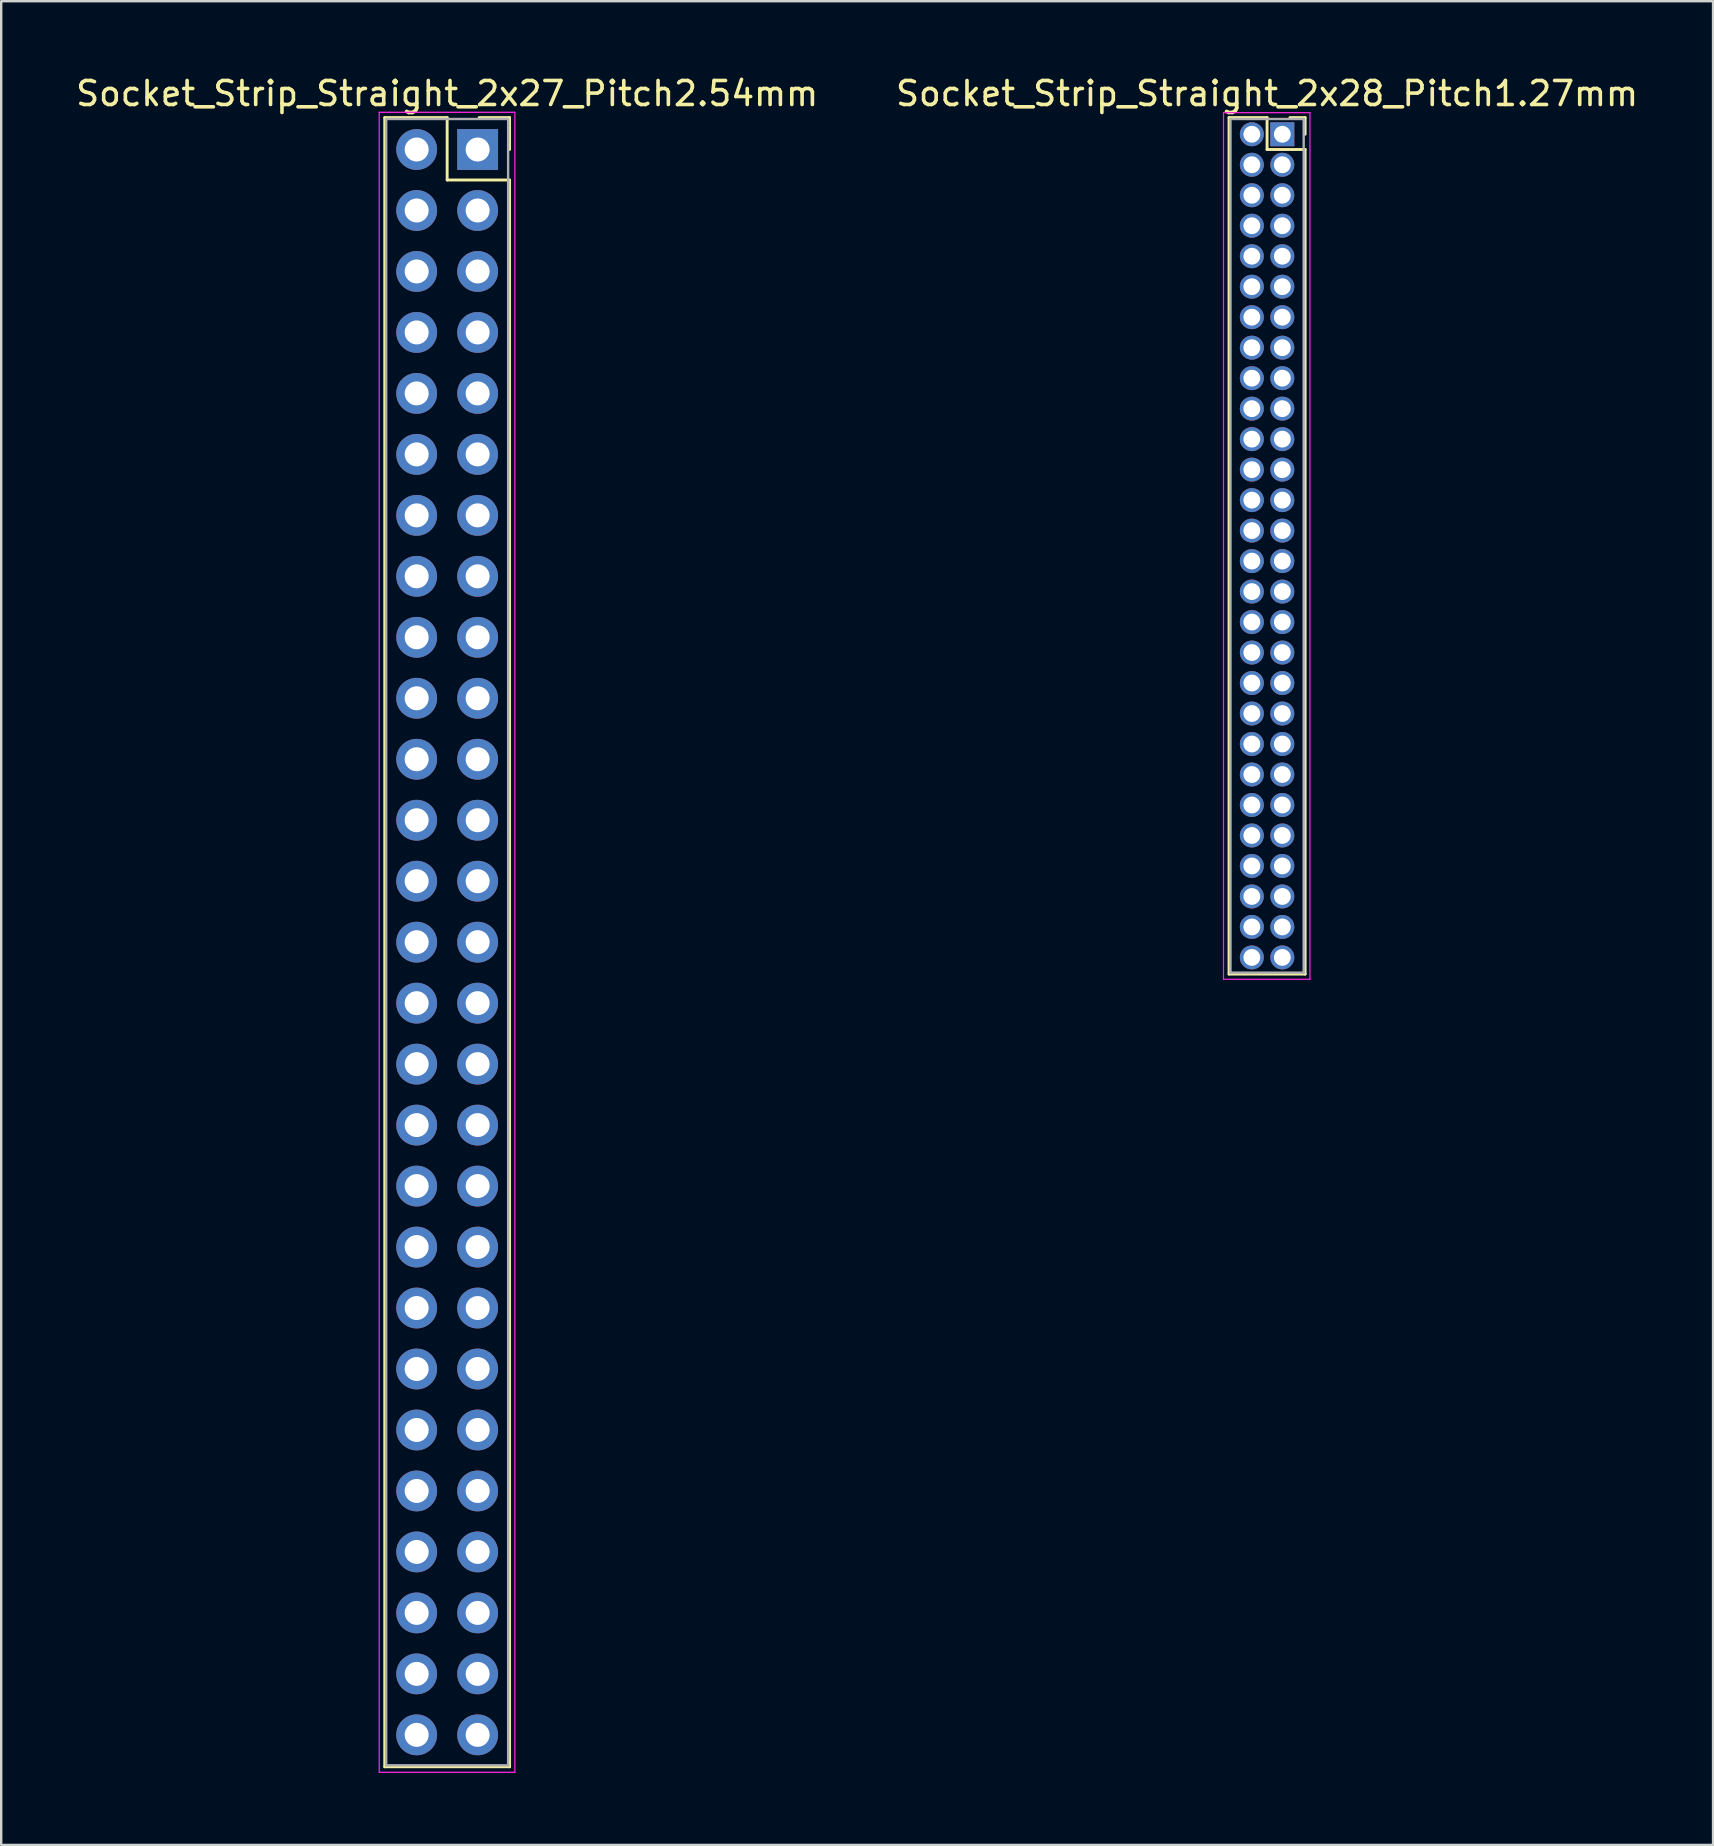
<source format=kicad_pcb>
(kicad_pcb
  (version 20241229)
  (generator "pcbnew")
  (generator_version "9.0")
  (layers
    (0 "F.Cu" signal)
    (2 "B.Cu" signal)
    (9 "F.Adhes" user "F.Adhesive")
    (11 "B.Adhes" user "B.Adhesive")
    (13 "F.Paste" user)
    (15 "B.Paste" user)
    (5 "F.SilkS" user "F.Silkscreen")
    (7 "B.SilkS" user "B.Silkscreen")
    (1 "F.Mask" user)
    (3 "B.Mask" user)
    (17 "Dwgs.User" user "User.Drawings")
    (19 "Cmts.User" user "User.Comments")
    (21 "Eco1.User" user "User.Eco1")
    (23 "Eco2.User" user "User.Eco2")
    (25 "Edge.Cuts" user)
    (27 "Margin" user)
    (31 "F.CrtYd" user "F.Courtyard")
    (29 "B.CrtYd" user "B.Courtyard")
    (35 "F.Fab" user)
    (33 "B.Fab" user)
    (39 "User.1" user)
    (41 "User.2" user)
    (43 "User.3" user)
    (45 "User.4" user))
  (footprint "Socket_Strip_Straight_2x27_Pitch2.54mm"
    (layer "F.Cu")
    (at 16.847 3.178)
    (property "Reference" "Socket_Strip_Straight_2x27_Pitch2.54mm" (at -1.27 -2.33 0) (layer "F.SilkS") (effects (font (size 1 1) (thickness 0.15))))
    (attr through_hole)
    (fp_line (start -3.87 -1.33) (end -1.27 -1.33) (stroke (width 0.12) (type solid)) (layer "F.SilkS"))
    (fp_line (start -3.87 67.37) (end -3.87 -1.33) (stroke (width 0.12) (type solid)) (layer "F.SilkS"))
    (fp_line (start -1.27 -1.33) (end -1.27 1.27) (stroke (width 0.12) (type solid)) (layer "F.SilkS"))
    (fp_line (start -1.27 1.27) (end 1.33 1.27) (stroke (width 0.12) (type solid)) (layer "F.SilkS"))
    (fp_line (start 1.33 -1.33) (end 0.06 -1.33) (stroke (width 0.12) (type solid)) (layer "F.SilkS"))
    (fp_line (start 1.33 0) (end 1.33 -1.33) (stroke (width 0.12) (type solid)) (layer "F.SilkS"))
    (fp_line (start 1.33 1.27) (end 1.33 67.37) (stroke (width 0.12) (type solid)) (layer "F.SilkS"))
    (fp_line (start 1.33 67.37) (end -3.87 67.37) (stroke (width 0.12) (type solid)) (layer "F.SilkS"))
    (fp_line (start -4.1 -1.55) (end -4.1 67.6) (stroke (width 0.05) (type solid)) (layer "F.CrtYd"))
    (fp_line (start -4.1 67.6) (end 1.55 67.6) (stroke (width 0.05) (type solid)) (layer "F.CrtYd"))
    (fp_line (start 1.55 -1.55) (end -4.1 -1.55) (stroke (width 0.05) (type solid)) (layer "F.CrtYd"))
    (fp_line (start 1.55 67.6) (end 1.55 -1.55) (stroke (width 0.05) (type solid)) (layer "F.CrtYd"))
    (fp_line (start -3.81 -1.27) (end -3.81 67.31) (stroke (width 0.1) (type solid)) (layer "F.Fab"))
    (fp_line (start -3.81 67.31) (end 1.27 67.31) (stroke (width 0.1) (type solid)) (layer "F.Fab"))
    (fp_line (start 1.27 -1.27) (end -3.81 -1.27) (stroke (width 0.1) (type solid)) (layer "F.Fab"))
    (fp_line (start 1.27 67.31) (end 1.27 -1.27) (stroke (width 0.1) (type solid)) (layer "F.Fab"))
    (pad "1" thru_hole rect (at 0 0) (size 1.7 1.7) (drill 1) (layers "*.Cu" "*.Mask"))
    (pad "2" thru_hole oval (at -2.54 0) (size 1.7 1.7) (drill 1) (layers "*.Cu" "*.Mask"))
    (pad "3" thru_hole oval (at 0 2.54) (size 1.7 1.7) (drill 1) (layers "*.Cu" "*.Mask"))
    (pad "4" thru_hole oval (at -2.54 2.54) (size 1.7 1.7) (drill 1) (layers "*.Cu" "*.Mask"))
    (pad "5" thru_hole oval (at 0 5.08) (size 1.7 1.7) (drill 1) (layers "*.Cu" "*.Mask"))
    (pad "6" thru_hole oval (at -2.54 5.08) (size 1.7 1.7) (drill 1) (layers "*.Cu" "*.Mask"))
    (pad "7" thru_hole oval (at 0 7.62) (size 1.7 1.7) (drill 1) (layers "*.Cu" "*.Mask"))
    (pad "8" thru_hole oval (at -2.54 7.62) (size 1.7 1.7) (drill 1) (layers "*.Cu" "*.Mask"))
    (pad "9" thru_hole oval (at 0 10.16) (size 1.7 1.7) (drill 1) (layers "*.Cu" "*.Mask"))
    (pad "10" thru_hole oval (at -2.54 10.16) (size 1.7 1.7) (drill 1) (layers "*.Cu" "*.Mask"))
    (pad "11" thru_hole oval (at 0 12.7) (size 1.7 1.7) (drill 1) (layers "*.Cu" "*.Mask"))
    (pad "12" thru_hole oval (at -2.54 12.7) (size 1.7 1.7) (drill 1) (layers "*.Cu" "*.Mask"))
    (pad "13" thru_hole oval (at 0 15.24) (size 1.7 1.7) (drill 1) (layers "*.Cu" "*.Mask"))
    (pad "14" thru_hole oval (at -2.54 15.24) (size 1.7 1.7) (drill 1) (layers "*.Cu" "*.Mask"))
    (pad "15" thru_hole oval (at 0 17.78) (size 1.7 1.7) (drill 1) (layers "*.Cu" "*.Mask"))
    (pad "16" thru_hole oval (at -2.54 17.78) (size 1.7 1.7) (drill 1) (layers "*.Cu" "*.Mask"))
    (pad "17" thru_hole oval (at 0 20.32) (size 1.7 1.7) (drill 1) (layers "*.Cu" "*.Mask"))
    (pad "18" thru_hole oval (at -2.54 20.32) (size 1.7 1.7) (drill 1) (layers "*.Cu" "*.Mask"))
    (pad "19" thru_hole oval (at 0 22.86) (size 1.7 1.7) (drill 1) (layers "*.Cu" "*.Mask"))
    (pad "20" thru_hole oval (at -2.54 22.86) (size 1.7 1.7) (drill 1) (layers "*.Cu" "*.Mask"))
    (pad "21" thru_hole oval (at 0 25.4) (size 1.7 1.7) (drill 1) (layers "*.Cu" "*.Mask"))
    (pad "22" thru_hole oval (at -2.54 25.4) (size 1.7 1.7) (drill 1) (layers "*.Cu" "*.Mask"))
    (pad "23" thru_hole oval (at 0 27.94) (size 1.7 1.7) (drill 1) (layers "*.Cu" "*.Mask"))
    (pad "24" thru_hole oval (at -2.54 27.94) (size 1.7 1.7) (drill 1) (layers "*.Cu" "*.Mask"))
    (pad "25" thru_hole oval (at 0 30.48) (size 1.7 1.7) (drill 1) (layers "*.Cu" "*.Mask"))
    (pad "26" thru_hole oval (at -2.54 30.48) (size 1.7 1.7) (drill 1) (layers "*.Cu" "*.Mask"))
    (pad "27" thru_hole oval (at 0 33.02) (size 1.7 1.7) (drill 1) (layers "*.Cu" "*.Mask"))
    (pad "28" thru_hole oval (at -2.54 33.02) (size 1.7 1.7) (drill 1) (layers "*.Cu" "*.Mask"))
    (pad "29" thru_hole oval (at 0 35.56) (size 1.7 1.7) (drill 1) (layers "*.Cu" "*.Mask"))
    (pad "30" thru_hole oval (at -2.54 35.56) (size 1.7 1.7) (drill 1) (layers "*.Cu" "*.Mask"))
    (pad "31" thru_hole oval (at 0 38.1) (size 1.7 1.7) (drill 1) (layers "*.Cu" "*.Mask"))
    (pad "32" thru_hole oval (at -2.54 38.1) (size 1.7 1.7) (drill 1) (layers "*.Cu" "*.Mask"))
    (pad "33" thru_hole oval (at 0 40.64) (size 1.7 1.7) (drill 1) (layers "*.Cu" "*.Mask"))
    (pad "34" thru_hole oval (at -2.54 40.64) (size 1.7 1.7) (drill 1) (layers "*.Cu" "*.Mask"))
    (pad "35" thru_hole oval (at 0 43.18) (size 1.7 1.7) (drill 1) (layers "*.Cu" "*.Mask"))
    (pad "36" thru_hole oval (at -2.54 43.18) (size 1.7 1.7) (drill 1) (layers "*.Cu" "*.Mask"))
    (pad "37" thru_hole oval (at 0 45.72) (size 1.7 1.7) (drill 1) (layers "*.Cu" "*.Mask"))
    (pad "38" thru_hole oval (at -2.54 45.72) (size 1.7 1.7) (drill 1) (layers "*.Cu" "*.Mask"))
    (pad "39" thru_hole oval (at 0 48.26) (size 1.7 1.7) (drill 1) (layers "*.Cu" "*.Mask"))
    (pad "40" thru_hole oval (at -2.54 48.26) (size 1.7 1.7) (drill 1) (layers "*.Cu" "*.Mask"))
    (pad "41" thru_hole oval (at 0 50.8) (size 1.7 1.7) (drill 1) (layers "*.Cu" "*.Mask"))
    (pad "42" thru_hole oval (at -2.54 50.8) (size 1.7 1.7) (drill 1) (layers "*.Cu" "*.Mask"))
    (pad "43" thru_hole oval (at 0 53.34) (size 1.7 1.7) (drill 1) (layers "*.Cu" "*.Mask"))
    (pad "44" thru_hole oval (at -2.54 53.34) (size 1.7 1.7) (drill 1) (layers "*.Cu" "*.Mask"))
    (pad "45" thru_hole oval (at 0 55.88) (size 1.7 1.7) (drill 1) (layers "*.Cu" "*.Mask"))
    (pad "46" thru_hole oval (at -2.54 55.88) (size 1.7 1.7) (drill 1) (layers "*.Cu" "*.Mask"))
    (pad "47" thru_hole oval (at 0 58.42) (size 1.7 1.7) (drill 1) (layers "*.Cu" "*.Mask"))
    (pad "48" thru_hole oval (at -2.54 58.42) (size 1.7 1.7) (drill 1) (layers "*.Cu" "*.Mask"))
    (pad "49" thru_hole oval (at 0 60.96) (size 1.7 1.7) (drill 1) (layers "*.Cu" "*.Mask"))
    (pad "50" thru_hole oval (at -2.54 60.96) (size 1.7 1.7) (drill 1) (layers "*.Cu" "*.Mask"))
    (pad "51" thru_hole oval (at 0 63.5) (size 1.7 1.7) (drill 1) (layers "*.Cu" "*.Mask"))
    (pad "52" thru_hole oval (at -2.54 63.5) (size 1.7 1.7) (drill 1) (layers "*.Cu" "*.Mask"))
    (pad "53" thru_hole oval (at 0 66.04) (size 1.7 1.7) (drill 1) (layers "*.Cu" "*.Mask"))
    (pad "54" thru_hole oval (at -2.54 66.04) (size 1.7 1.7) (drill 1) (layers "*.Cu" "*.Mask")))
  (footprint "Socket_Strip_Straight_2x28_Pitch1.27mm"
    (layer "F.Cu")
    (at 50.367 2.543)
    (property "Reference" "Socket_Strip_Straight_2x28_Pitch1.27mm" (at -0.635 -1.695 0) (layer "F.SilkS") (effects (font (size 1 1) (thickness 0.15))))
    (attr through_hole)
    (fp_line (start -2.22 -0.695) (end -0.635 -0.695) (stroke (width 0.12) (type solid)) (layer "F.SilkS"))
    (fp_line (start -2.22 34.985) (end -2.22 -0.695) (stroke (width 0.12) (type solid)) (layer "F.SilkS"))
    (fp_line (start -0.635 -0.695) (end -0.635 0.635) (stroke (width 0.12) (type solid)) (layer "F.SilkS"))
    (fp_line (start -0.635 0.635) (end 0.95 0.635) (stroke (width 0.12) (type solid)) (layer "F.SilkS"))
    (fp_line (start 0.95 -0.695) (end 0.315 -0.695) (stroke (width 0.12) (type solid)) (layer "F.SilkS"))
    (fp_line (start 0.95 0) (end 0.95 -0.695) (stroke (width 0.12) (type solid)) (layer "F.SilkS"))
    (fp_line (start 0.95 0.635) (end 0.95 34.985) (stroke (width 0.12) (type solid)) (layer "F.SilkS"))
    (fp_line (start 0.95 34.985) (end -2.22 34.985) (stroke (width 0.12) (type solid)) (layer "F.SilkS"))
    (fp_line (start -2.45 -0.9) (end -2.45 35.2) (stroke (width 0.05) (type solid)) (layer "F.CrtYd"))
    (fp_line (start -2.45 35.2) (end 1.15 35.2) (stroke (width 0.05) (type solid)) (layer "F.CrtYd"))
    (fp_line (start 1.15 -0.9) (end -2.45 -0.9) (stroke (width 0.05) (type solid)) (layer "F.CrtYd"))
    (fp_line (start 1.15 35.2) (end 1.15 -0.9) (stroke (width 0.05) (type solid)) (layer "F.CrtYd"))
    (fp_line (start -2.16 -0.635) (end -2.16 34.925) (stroke (width 0.1) (type solid)) (layer "F.Fab"))
    (fp_line (start -2.16 34.925) (end 0.89 34.925) (stroke (width 0.1) (type solid)) (layer "F.Fab"))
    (fp_line (start 0.89 -0.635) (end -2.16 -0.635) (stroke (width 0.1) (type solid)) (layer "F.Fab"))
    (fp_line (start 0.89 34.925) (end 0.89 -0.635) (stroke (width 0.1) (type solid)) (layer "F.Fab"))
    (pad "1" thru_hole rect (at 0 0) (size 1 1) (drill 0.7) (layers "*.Cu" "*.Mask"))
    (pad "2" thru_hole oval (at -1.27 0) (size 1 1) (drill 0.7) (layers "*.Cu" "*.Mask"))
    (pad "3" thru_hole oval (at 0 1.27) (size 1 1) (drill 0.7) (layers "*.Cu" "*.Mask"))
    (pad "4" thru_hole oval (at -1.27 1.27) (size 1 1) (drill 0.7) (layers "*.Cu" "*.Mask"))
    (pad "5" thru_hole oval (at 0 2.54) (size 1 1) (drill 0.7) (layers "*.Cu" "*.Mask"))
    (pad "6" thru_hole oval (at -1.27 2.54) (size 1 1) (drill 0.7) (layers "*.Cu" "*.Mask"))
    (pad "7" thru_hole oval (at 0 3.81) (size 1 1) (drill 0.7) (layers "*.Cu" "*.Mask"))
    (pad "8" thru_hole oval (at -1.27 3.81) (size 1 1) (drill 0.7) (layers "*.Cu" "*.Mask"))
    (pad "9" thru_hole oval (at 0 5.08) (size 1 1) (drill 0.7) (layers "*.Cu" "*.Mask"))
    (pad "10" thru_hole oval (at -1.27 5.08) (size 1 1) (drill 0.7) (layers "*.Cu" "*.Mask"))
    (pad "11" thru_hole oval (at 0 6.35) (size 1 1) (drill 0.7) (layers "*.Cu" "*.Mask"))
    (pad "12" thru_hole oval (at -1.27 6.35) (size 1 1) (drill 0.7) (layers "*.Cu" "*.Mask"))
    (pad "13" thru_hole oval (at 0 7.62) (size 1 1) (drill 0.7) (layers "*.Cu" "*.Mask"))
    (pad "14" thru_hole oval (at -1.27 7.62) (size 1 1) (drill 0.7) (layers "*.Cu" "*.Mask"))
    (pad "15" thru_hole oval (at 0 8.89) (size 1 1) (drill 0.7) (layers "*.Cu" "*.Mask"))
    (pad "16" thru_hole oval (at -1.27 8.89) (size 1 1) (drill 0.7) (layers "*.Cu" "*.Mask"))
    (pad "17" thru_hole oval (at 0 10.16) (size 1 1) (drill 0.7) (layers "*.Cu" "*.Mask"))
    (pad "18" thru_hole oval (at -1.27 10.16) (size 1 1) (drill 0.7) (layers "*.Cu" "*.Mask"))
    (pad "19" thru_hole oval (at 0 11.43) (size 1 1) (drill 0.7) (layers "*.Cu" "*.Mask"))
    (pad "20" thru_hole oval (at -1.27 11.43) (size 1 1) (drill 0.7) (layers "*.Cu" "*.Mask"))
    (pad "21" thru_hole oval (at 0 12.7) (size 1 1) (drill 0.7) (layers "*.Cu" "*.Mask"))
    (pad "22" thru_hole oval (at -1.27 12.7) (size 1 1) (drill 0.7) (layers "*.Cu" "*.Mask"))
    (pad "23" thru_hole oval (at 0 13.97) (size 1 1) (drill 0.7) (layers "*.Cu" "*.Mask"))
    (pad "24" thru_hole oval (at -1.27 13.97) (size 1 1) (drill 0.7) (layers "*.Cu" "*.Mask"))
    (pad "25" thru_hole oval (at 0 15.24) (size 1 1) (drill 0.7) (layers "*.Cu" "*.Mask"))
    (pad "26" thru_hole oval (at -1.27 15.24) (size 1 1) (drill 0.7) (layers "*.Cu" "*.Mask"))
    (pad "27" thru_hole oval (at 0 16.51) (size 1 1) (drill 0.7) (layers "*.Cu" "*.Mask"))
    (pad "28" thru_hole oval (at -1.27 16.51) (size 1 1) (drill 0.7) (layers "*.Cu" "*.Mask"))
    (pad "29" thru_hole oval (at 0 17.78) (size 1 1) (drill 0.7) (layers "*.Cu" "*.Mask"))
    (pad "30" thru_hole oval (at -1.27 17.78) (size 1 1) (drill 0.7) (layers "*.Cu" "*.Mask"))
    (pad "31" thru_hole oval (at 0 19.05) (size 1 1) (drill 0.7) (layers "*.Cu" "*.Mask"))
    (pad "32" thru_hole oval (at -1.27 19.05) (size 1 1) (drill 0.7) (layers "*.Cu" "*.Mask"))
    (pad "33" thru_hole oval (at 0 20.32) (size 1 1) (drill 0.7) (layers "*.Cu" "*.Mask"))
    (pad "34" thru_hole oval (at -1.27 20.32) (size 1 1) (drill 0.7) (layers "*.Cu" "*.Mask"))
    (pad "35" thru_hole oval (at 0 21.59) (size 1 1) (drill 0.7) (layers "*.Cu" "*.Mask"))
    (pad "36" thru_hole oval (at -1.27 21.59) (size 1 1) (drill 0.7) (layers "*.Cu" "*.Mask"))
    (pad "37" thru_hole oval (at 0 22.86) (size 1 1) (drill 0.7) (layers "*.Cu" "*.Mask"))
    (pad "38" thru_hole oval (at -1.27 22.86) (size 1 1) (drill 0.7) (layers "*.Cu" "*.Mask"))
    (pad "39" thru_hole oval (at 0 24.13) (size 1 1) (drill 0.7) (layers "*.Cu" "*.Mask"))
    (pad "40" thru_hole oval (at -1.27 24.13) (size 1 1) (drill 0.7) (layers "*.Cu" "*.Mask"))
    (pad "41" thru_hole oval (at 0 25.4) (size 1 1) (drill 0.7) (layers "*.Cu" "*.Mask"))
    (pad "42" thru_hole oval (at -1.27 25.4) (size 1 1) (drill 0.7) (layers "*.Cu" "*.Mask"))
    (pad "43" thru_hole oval (at 0 26.67) (size 1 1) (drill 0.7) (layers "*.Cu" "*.Mask"))
    (pad "44" thru_hole oval (at -1.27 26.67) (size 1 1) (drill 0.7) (layers "*.Cu" "*.Mask"))
    (pad "45" thru_hole oval (at 0 27.94) (size 1 1) (drill 0.7) (layers "*.Cu" "*.Mask"))
    (pad "46" thru_hole oval (at -1.27 27.94) (size 1 1) (drill 0.7) (layers "*.Cu" "*.Mask"))
    (pad "47" thru_hole oval (at 0 29.21) (size 1 1) (drill 0.7) (layers "*.Cu" "*.Mask"))
    (pad "48" thru_hole oval (at -1.27 29.21) (size 1 1) (drill 0.7) (layers "*.Cu" "*.Mask"))
    (pad "49" thru_hole oval (at 0 30.48) (size 1 1) (drill 0.7) (layers "*.Cu" "*.Mask"))
    (pad "50" thru_hole oval (at -1.27 30.48) (size 1 1) (drill 0.7) (layers "*.Cu" "*.Mask"))
    (pad "51" thru_hole oval (at 0 31.75) (size 1 1) (drill 0.7) (layers "*.Cu" "*.Mask"))
    (pad "52" thru_hole oval (at -1.27 31.75) (size 1 1) (drill 0.7) (layers "*.Cu" "*.Mask"))
    (pad "53" thru_hole oval (at 0 33.02) (size 1 1) (drill 0.7) (layers "*.Cu" "*.Mask"))
    (pad "54" thru_hole oval (at -1.27 33.02) (size 1 1) (drill 0.7) (layers "*.Cu" "*.Mask"))
    (pad "55" thru_hole oval (at 0 34.29) (size 1 1) (drill 0.7) (layers "*.Cu" "*.Mask"))
    (pad "56" thru_hole oval (at -1.27 34.29) (size 1 1) (drill 0.7) (layers "*.Cu" "*.Mask")))
  (gr_rect
    (start -3 -3)
    (end 68.31 73.803)
    (stroke (width 0.1) (type default))
    (fill no)
    (layer "Edge.Cuts")))
</source>
